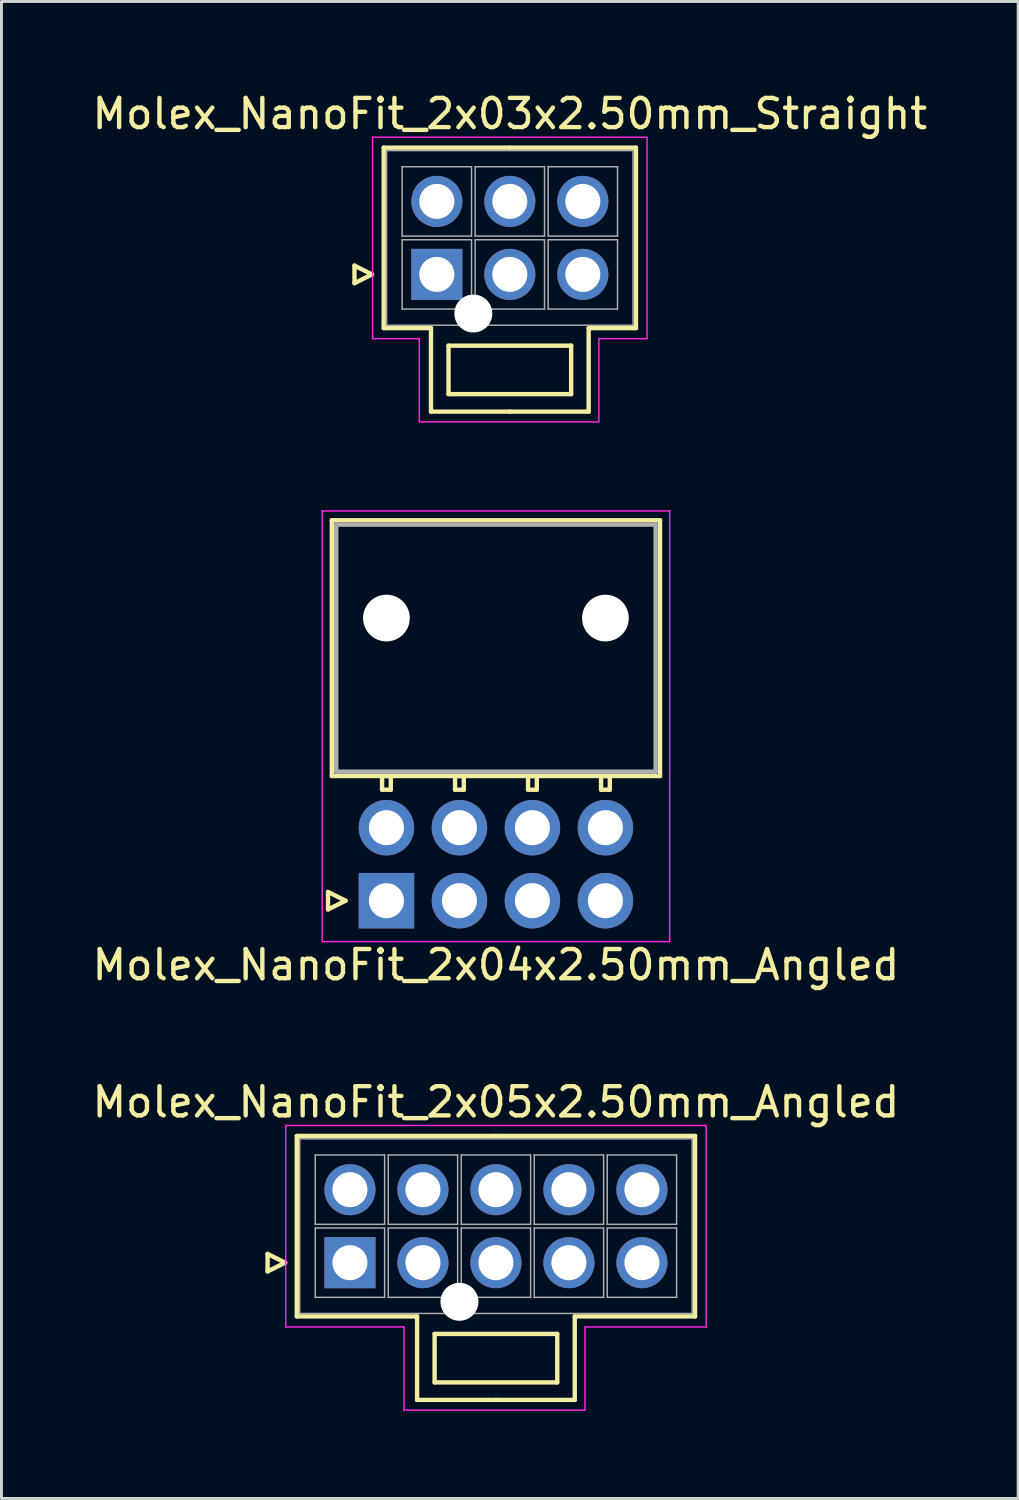
<source format=kicad_pcb>
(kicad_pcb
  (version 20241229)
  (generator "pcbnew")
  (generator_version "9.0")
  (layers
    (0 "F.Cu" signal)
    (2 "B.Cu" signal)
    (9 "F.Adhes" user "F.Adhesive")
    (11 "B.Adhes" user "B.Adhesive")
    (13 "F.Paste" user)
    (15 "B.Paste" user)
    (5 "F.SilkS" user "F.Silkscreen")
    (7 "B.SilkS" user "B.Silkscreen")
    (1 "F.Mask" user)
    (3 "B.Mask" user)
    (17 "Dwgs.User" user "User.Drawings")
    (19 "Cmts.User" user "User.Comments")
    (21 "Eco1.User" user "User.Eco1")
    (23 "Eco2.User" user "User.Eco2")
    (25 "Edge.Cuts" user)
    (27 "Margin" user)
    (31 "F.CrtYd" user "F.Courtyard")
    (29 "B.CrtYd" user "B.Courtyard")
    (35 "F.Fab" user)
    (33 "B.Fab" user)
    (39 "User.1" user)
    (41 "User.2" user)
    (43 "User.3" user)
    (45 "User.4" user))
  (footprint "Molex_NanoFit_2x03x2.50mm_Straight"
    (layer "F.Cu")
    (at 11.911 6.348)
    (property "Reference" "Molex_NanoFit_2x03x2.50mm_Straight" (at 2.5 -5.5 0) (layer "F.SilkS") (effects (font (size 1 1) (thickness 0.15))))
    (attr through_hole)
    (fp_line (start -2.82 -0.3) (end -2.22 0) (stroke (width 0.15) (type solid)) (layer "F.SilkS"))
    (fp_line (start -2.82 0.3) (end -2.82 -0.3) (stroke (width 0.15) (type solid)) (layer "F.SilkS"))
    (fp_line (start -2.22 0) (end -2.82 0.3) (stroke (width 0.15) (type solid)) (layer "F.SilkS"))
    (fp_line (start -1.82 -4.34) (end -1.82 1.84) (stroke (width 0.15) (type solid)) (layer "F.SilkS"))
    (fp_line (start -1.82 1.84) (end -0.2 1.84) (stroke (width 0.15) (type solid)) (layer "F.SilkS"))
    (fp_line (start -0.2 1.84) (end -0.2 4.7) (stroke (width 0.15) (type solid)) (layer "F.SilkS"))
    (fp_line (start -0.2 4.7) (end 2.5 4.7) (stroke (width 0.15) (type solid)) (layer "F.SilkS"))
    (fp_line (start 0.4 2.44) (end 0.4 4.1) (stroke (width 0.15) (type solid)) (layer "F.SilkS"))
    (fp_line (start 0.4 4.1) (end 4.6 4.1) (stroke (width 0.15) (type solid)) (layer "F.SilkS"))
    (fp_line (start 2.5 -4.34) (end -1.82 -4.34) (stroke (width 0.15) (type solid)) (layer "F.SilkS"))
    (fp_line (start 2.5 -4.34) (end 6.82 -4.34) (stroke (width 0.15) (type solid)) (layer "F.SilkS"))
    (fp_line (start 4.6 2.44) (end 0.4 2.44) (stroke (width 0.15) (type solid)) (layer "F.SilkS"))
    (fp_line (start 4.6 4.1) (end 4.6 2.44) (stroke (width 0.15) (type solid)) (layer "F.SilkS"))
    (fp_line (start 5.2 1.84) (end 5.2 4.7) (stroke (width 0.15) (type solid)) (layer "F.SilkS"))
    (fp_line (start 5.2 4.7) (end 2.5 4.7) (stroke (width 0.15) (type solid)) (layer "F.SilkS"))
    (fp_line (start 6.82 -4.34) (end 6.82 1.84) (stroke (width 0.15) (type solid)) (layer "F.SilkS"))
    (fp_line (start 6.82 1.84) (end 5.2 1.84) (stroke (width 0.15) (type solid)) (layer "F.SilkS"))
    (fp_line (start -2.2 -4.7) (end -2.2 2.2) (stroke (width 0.05) (type solid)) (layer "F.CrtYd"))
    (fp_line (start -2.2 2.2) (end -0.6 2.2) (stroke (width 0.05) (type solid)) (layer "F.CrtYd"))
    (fp_line (start -0.6 2.2) (end -0.6 5.05) (stroke (width 0.05) (type solid)) (layer "F.CrtYd"))
    (fp_line (start -0.6 5.05) (end 5.55 5.05) (stroke (width 0.05) (type solid)) (layer "F.CrtYd"))
    (fp_line (start 5.55 2.2) (end 7.2 2.2) (stroke (width 0.05) (type solid)) (layer "F.CrtYd"))
    (fp_line (start 5.55 5.05) (end 5.55 2.2) (stroke (width 0.05) (type solid)) (layer "F.CrtYd"))
    (fp_line (start 7.2 -4.7) (end -2.2 -4.7) (stroke (width 0.05) (type solid)) (layer "F.CrtYd"))
    (fp_line (start 7.2 2.2) (end 7.2 -4.7) (stroke (width 0.05) (type solid)) (layer "F.CrtYd"))
    (fp_line (start -1.72 -4.24) (end -1.72 1.74) (stroke (width 0.05) (type solid)) (layer "F.Fab"))
    (fp_line (start -1.72 1.74) (end 6.72 1.74) (stroke (width 0.05) (type solid)) (layer "F.Fab"))
    (fp_line (start -1.188 -3.688) (end -1.188 -1.312) (stroke (width 0.05) (type solid)) (layer "F.Fab"))
    (fp_line (start -1.188 -1.312) (end 1.188 -1.312) (stroke (width 0.05) (type solid)) (layer "F.Fab"))
    (fp_line (start -1.188 -1.188) (end -1.188 1.188) (stroke (width 0.05) (type solid)) (layer "F.Fab"))
    (fp_line (start -1.188 1.188) (end 1.188 1.188) (stroke (width 0.05) (type solid)) (layer "F.Fab"))
    (fp_line (start 1.188 -3.688) (end -1.188 -3.688) (stroke (width 0.05) (type solid)) (layer "F.Fab"))
    (fp_line (start 1.188 -1.312) (end 1.188 -3.688) (stroke (width 0.05) (type solid)) (layer "F.Fab"))
    (fp_line (start 1.188 -1.188) (end -1.188 -1.188) (stroke (width 0.05) (type solid)) (layer "F.Fab"))
    (fp_line (start 1.188 1.188) (end 1.188 -1.188) (stroke (width 0.05) (type solid)) (layer "F.Fab"))
    (fp_line (start 1.312 -3.688) (end 1.312 -1.312) (stroke (width 0.05) (type solid)) (layer "F.Fab"))
    (fp_line (start 1.312 -1.312) (end 3.688 -1.312) (stroke (width 0.05) (type solid)) (layer "F.Fab"))
    (fp_line (start 1.312 -1.188) (end 1.312 1.188) (stroke (width 0.05) (type solid)) (layer "F.Fab"))
    (fp_line (start 1.312 1.188) (end 3.688 1.188) (stroke (width 0.05) (type solid)) (layer "F.Fab"))
    (fp_line (start 3.688 -3.688) (end 1.312 -3.688) (stroke (width 0.05) (type solid)) (layer "F.Fab"))
    (fp_line (start 3.688 -1.312) (end 3.688 -3.688) (stroke (width 0.05) (type solid)) (layer "F.Fab"))
    (fp_line (start 3.688 -1.188) (end 1.312 -1.188) (stroke (width 0.05) (type solid)) (layer "F.Fab"))
    (fp_line (start 3.688 1.188) (end 3.688 -1.188) (stroke (width 0.05) (type solid)) (layer "F.Fab"))
    (fp_line (start 3.812 -3.688) (end 3.812 -1.312) (stroke (width 0.05) (type solid)) (layer "F.Fab"))
    (fp_line (start 3.812 -1.312) (end 6.188 -1.312) (stroke (width 0.05) (type solid)) (layer "F.Fab"))
    (fp_line (start 3.812 -1.188) (end 3.812 1.188) (stroke (width 0.05) (type solid)) (layer "F.Fab"))
    (fp_line (start 3.812 1.188) (end 6.188 1.188) (stroke (width 0.05) (type solid)) (layer "F.Fab"))
    (fp_line (start 6.188 -3.688) (end 3.812 -3.688) (stroke (width 0.05) (type solid)) (layer "F.Fab"))
    (fp_line (start 6.188 -1.312) (end 6.188 -3.688) (stroke (width 0.05) (type solid)) (layer "F.Fab"))
    (fp_line (start 6.188 -1.188) (end 3.812 -1.188) (stroke (width 0.05) (type solid)) (layer "F.Fab"))
    (fp_line (start 6.188 1.188) (end 6.188 -1.188) (stroke (width 0.05) (type solid)) (layer "F.Fab"))
    (fp_line (start 6.72 -4.24) (end -1.72 -4.24) (stroke (width 0.05) (type solid)) (layer "F.Fab"))
    (fp_line (start 6.72 1.74) (end 6.72 -4.24) (stroke (width 0.05) (type solid)) (layer "F.Fab"))
    (pad "" np_thru_hole circle (at 1.25 1.34) (size 1.3 1.3) (drill 1.3) (layers "*.Cu"))
    (pad "1" thru_hole rect (at 0 0) (size 1.75 1.75) (drill 1.2) (layers "*.Cu" "*.Mask"))
    (pad "2" thru_hole circle (at 2.5 0) (size 1.75 1.75) (drill 1.2) (layers "*.Cu" "*.Mask"))
    (pad "3" thru_hole circle (at 5 0) (size 1.75 1.75) (drill 1.2) (layers "*.Cu" "*.Mask"))
    (pad "4" thru_hole circle (at 0 -2.5) (size 1.75 1.75) (drill 1.2) (layers "*.Cu" "*.Mask"))
    (pad "5" thru_hole circle (at 2.5 -2.5) (size 1.75 1.75) (drill 1.2) (layers "*.Cu" "*.Mask"))
    (pad "6" thru_hole circle (at 5 -2.5) (size 1.75 1.75) (drill 1.2) (layers "*.Cu" "*.Mask")))
  (footprint "Molex_NanoFit_2x04x2.50mm_Angled"
    (layer "F.Cu")
    (at 10.185 27.798)
    (property "Reference" "Molex_NanoFit_2x04x2.50mm_Angled" (at 3.75 2.2 0) (layer "F.SilkS") (effects (font (size 1 1) (thickness 0.15))))
    (attr through_hole)
    (fp_line (start -2 -0.3) (end -1.4 0) (stroke (width 0.15) (type solid)) (layer "F.SilkS"))
    (fp_line (start -2 0.3) (end -2 -0.3) (stroke (width 0.15) (type solid)) (layer "F.SilkS"))
    (fp_line (start -1.87 -13.03) (end -1.87 -4.27) (stroke (width 0.15) (type solid)) (layer "F.SilkS"))
    (fp_line (start -1.87 -4.27) (end 9.37 -4.27) (stroke (width 0.15) (type solid)) (layer "F.SilkS"))
    (fp_line (start -1.4 0) (end -2 0.3) (stroke (width 0.15) (type solid)) (layer "F.SilkS"))
    (fp_line (start -0.15 -4.27) (end -0.15 -3.8) (stroke (width 0.15) (type solid)) (layer "F.SilkS"))
    (fp_line (start -0.15 -3.8) (end 0.15 -3.8) (stroke (width 0.15) (type solid)) (layer "F.SilkS"))
    (fp_line (start 0.15 -4.27) (end -0.15 -4.27) (stroke (width 0.15) (type solid)) (layer "F.SilkS"))
    (fp_line (start 0.15 -3.8) (end 0.15 -4.27) (stroke (width 0.15) (type solid)) (layer "F.SilkS"))
    (fp_line (start 2.35 -4.27) (end 2.35 -3.8) (stroke (width 0.15) (type solid)) (layer "F.SilkS"))
    (fp_line (start 2.35 -3.8) (end 2.65 -3.8) (stroke (width 0.15) (type solid)) (layer "F.SilkS"))
    (fp_line (start 2.65 -4.27) (end 2.35 -4.27) (stroke (width 0.15) (type solid)) (layer "F.SilkS"))
    (fp_line (start 2.65 -3.8) (end 2.65 -4.27) (stroke (width 0.15) (type solid)) (layer "F.SilkS"))
    (fp_line (start 4.85 -4.27) (end 4.85 -3.8) (stroke (width 0.15) (type solid)) (layer "F.SilkS"))
    (fp_line (start 4.85 -3.8) (end 5.15 -3.8) (stroke (width 0.15) (type solid)) (layer "F.SilkS"))
    (fp_line (start 5.15 -4.27) (end 4.85 -4.27) (stroke (width 0.15) (type solid)) (layer "F.SilkS"))
    (fp_line (start 5.15 -3.8) (end 5.15 -4.27) (stroke (width 0.15) (type solid)) (layer "F.SilkS"))
    (fp_line (start 7.35 -4.27) (end 7.35 -3.8) (stroke (width 0.15) (type solid)) (layer "F.SilkS"))
    (fp_line (start 7.35 -3.8) (end 7.65 -3.8) (stroke (width 0.15) (type solid)) (layer "F.SilkS"))
    (fp_line (start 7.65 -4.27) (end 7.35 -4.27) (stroke (width 0.15) (type solid)) (layer "F.SilkS"))
    (fp_line (start 7.65 -3.8) (end 7.65 -4.27) (stroke (width 0.15) (type solid)) (layer "F.SilkS"))
    (fp_line (start 9.37 -13.03) (end -1.87 -13.03) (stroke (width 0.15) (type solid)) (layer "F.SilkS"))
    (fp_line (start 9.37 -4.27) (end 9.37 -13.03) (stroke (width 0.15) (type solid)) (layer "F.SilkS"))
    (fp_line (start -2.2 -13.35) (end -2.2 1.4) (stroke (width 0.05) (type solid)) (layer "F.CrtYd"))
    (fp_line (start -2.2 1.4) (end 9.7 1.4) (stroke (width 0.05) (type solid)) (layer "F.CrtYd"))
    (fp_line (start 9.7 -13.35) (end -2.2 -13.35) (stroke (width 0.05) (type solid)) (layer "F.CrtYd"))
    (fp_line (start 9.7 1.4) (end 9.7 -13.35) (stroke (width 0.05) (type solid)) (layer "F.CrtYd"))
    (fp_line (start -1.72 -12.88) (end -1.72 -4.42) (stroke (width 0.15) (type solid)) (layer "F.Fab"))
    (fp_line (start -1.72 -4.42) (end 9.22 -4.42) (stroke (width 0.15) (type solid)) (layer "F.Fab"))
    (fp_line (start 9.22 -12.88) (end -1.72 -12.88) (stroke (width 0.15) (type solid)) (layer "F.Fab"))
    (fp_line (start 9.22 -4.42) (end 9.22 -12.88) (stroke (width 0.15) (type solid)) (layer "F.Fab"))
    (pad "" np_thru_hole circle (at 0 -9.68) (size 1.6 1.6) (drill 1.6) (layers "*.Cu"))
    (pad "" np_thru_hole circle (at 7.5 -9.68) (size 1.6 1.6) (drill 1.6) (layers "*.Cu"))
    (pad "1" thru_hole rect (at 0 0) (size 1.9 1.9) (drill 1.2) (layers "*.Cu" "*.Mask"))
    (pad "2" thru_hole circle (at 2.5 0) (size 1.9 1.9) (drill 1.2) (layers "*.Cu" "*.Mask"))
    (pad "3" thru_hole circle (at 5 0) (size 1.9 1.9) (drill 1.2) (layers "*.Cu" "*.Mask"))
    (pad "4" thru_hole circle (at 7.5 0) (size 1.9 1.9) (drill 1.2) (layers "*.Cu" "*.Mask"))
    (pad "5" thru_hole circle (at 0 -2.5) (size 1.9 1.9) (drill 1.2) (layers "*.Cu" "*.Mask"))
    (pad "6" thru_hole circle (at 2.5 -2.5) (size 1.9 1.9) (drill 1.2) (layers "*.Cu" "*.Mask"))
    (pad "7" thru_hole circle (at 5 -2.5) (size 1.9 1.9) (drill 1.2) (layers "*.Cu" "*.Mask"))
    (pad "8" thru_hole circle (at 7.5 -2.5) (size 1.9 1.9) (drill 1.2) (layers "*.Cu" "*.Mask")))
  (footprint "Molex_NanoFit_2x05x2.50mm_Angled"
    (layer "F.Cu")
    (at 8.935 40.195)
    (property "Reference" "Molex_NanoFit_2x05x2.50mm_Angled" (at 5 -5.5 0) (layer "F.SilkS") (effects (font (size 1 1) (thickness 0.15))))
    (attr through_hole)
    (fp_line (start -2.82 -0.3) (end -2.22 0) (stroke (width 0.15) (type solid)) (layer "F.SilkS"))
    (fp_line (start -2.82 0.3) (end -2.82 -0.3) (stroke (width 0.15) (type solid)) (layer "F.SilkS"))
    (fp_line (start -2.22 0) (end -2.82 0.3) (stroke (width 0.15) (type solid)) (layer "F.SilkS"))
    (fp_line (start -1.82 -4.34) (end -1.82 1.84) (stroke (width 0.15) (type solid)) (layer "F.SilkS"))
    (fp_line (start -1.82 1.84) (end 2.3 1.84) (stroke (width 0.15) (type solid)) (layer "F.SilkS"))
    (fp_line (start 2.3 1.84) (end 2.3 4.7) (stroke (width 0.15) (type solid)) (layer "F.SilkS"))
    (fp_line (start 2.3 4.7) (end 5 4.7) (stroke (width 0.15) (type solid)) (layer "F.SilkS"))
    (fp_line (start 2.9 2.44) (end 2.9 4.1) (stroke (width 0.15) (type solid)) (layer "F.SilkS"))
    (fp_line (start 2.9 4.1) (end 7.1 4.1) (stroke (width 0.15) (type solid)) (layer "F.SilkS"))
    (fp_line (start 5 -4.34) (end -1.82 -4.34) (stroke (width 0.15) (type solid)) (layer "F.SilkS"))
    (fp_line (start 5 -4.34) (end 11.82 -4.34) (stroke (width 0.15) (type solid)) (layer "F.SilkS"))
    (fp_line (start 7.1 2.44) (end 2.9 2.44) (stroke (width 0.15) (type solid)) (layer "F.SilkS"))
    (fp_line (start 7.1 4.1) (end 7.1 2.44) (stroke (width 0.15) (type solid)) (layer "F.SilkS"))
    (fp_line (start 7.7 1.84) (end 7.7 4.7) (stroke (width 0.15) (type solid)) (layer "F.SilkS"))
    (fp_line (start 7.7 4.7) (end 5 4.7) (stroke (width 0.15) (type solid)) (layer "F.SilkS"))
    (fp_line (start 11.82 -4.34) (end 11.82 1.84) (stroke (width 0.15) (type solid)) (layer "F.SilkS"))
    (fp_line (start 11.82 1.84) (end 7.7 1.84) (stroke (width 0.15) (type solid)) (layer "F.SilkS"))
    (fp_line (start -2.2 -4.7) (end -2.2 2.2) (stroke (width 0.05) (type solid)) (layer "F.CrtYd"))
    (fp_line (start -2.2 2.2) (end 1.85 2.2) (stroke (width 0.05) (type solid)) (layer "F.CrtYd"))
    (fp_line (start 1.85 2.2) (end 1.85 5.05) (stroke (width 0.05) (type solid)) (layer "F.CrtYd"))
    (fp_line (start 1.85 5.05) (end 8.05 5.05) (stroke (width 0.05) (type solid)) (layer "F.CrtYd"))
    (fp_line (start 8.05 2.2) (end 12.2 2.2) (stroke (width 0.05) (type solid)) (layer "F.CrtYd"))
    (fp_line (start 8.05 5.05) (end 8.05 2.2) (stroke (width 0.05) (type solid)) (layer "F.CrtYd"))
    (fp_line (start 12.2 -4.7) (end -2.2 -4.7) (stroke (width 0.05) (type solid)) (layer "F.CrtYd"))
    (fp_line (start 12.2 2.2) (end 12.2 -4.7) (stroke (width 0.05) (type solid)) (layer "F.CrtYd"))
    (fp_line (start -1.72 -4.24) (end -1.72 1.74) (stroke (width 0.05) (type solid)) (layer "F.Fab"))
    (fp_line (start -1.72 1.74) (end 11.72 1.74) (stroke (width 0.05) (type solid)) (layer "F.Fab"))
    (fp_line (start -1.188 -3.688) (end -1.188 -1.312) (stroke (width 0.05) (type solid)) (layer "F.Fab"))
    (fp_line (start -1.188 -1.312) (end 1.188 -1.312) (stroke (width 0.05) (type solid)) (layer "F.Fab"))
    (fp_line (start -1.188 -1.188) (end -1.188 1.188) (stroke (width 0.05) (type solid)) (layer "F.Fab"))
    (fp_line (start -1.188 1.188) (end 1.188 1.188) (stroke (width 0.05) (type solid)) (layer "F.Fab"))
    (fp_line (start 1.188 -3.688) (end -1.188 -3.688) (stroke (width 0.05) (type solid)) (layer "F.Fab"))
    (fp_line (start 1.188 -1.312) (end 1.188 -3.688) (stroke (width 0.05) (type solid)) (layer "F.Fab"))
    (fp_line (start 1.188 -1.188) (end -1.188 -1.188) (stroke (width 0.05) (type solid)) (layer "F.Fab"))
    (fp_line (start 1.188 1.188) (end 1.188 -1.188) (stroke (width 0.05) (type solid)) (layer "F.Fab"))
    (fp_line (start 1.312 -3.688) (end 1.312 -1.312) (stroke (width 0.05) (type solid)) (layer "F.Fab"))
    (fp_line (start 1.312 -1.312) (end 3.688 -1.312) (stroke (width 0.05) (type solid)) (layer "F.Fab"))
    (fp_line (start 1.312 -1.188) (end 1.312 1.188) (stroke (width 0.05) (type solid)) (layer "F.Fab"))
    (fp_line (start 1.312 1.188) (end 3.688 1.188) (stroke (width 0.05) (type solid)) (layer "F.Fab"))
    (fp_line (start 3.688 -3.688) (end 1.312 -3.688) (stroke (width 0.05) (type solid)) (layer "F.Fab"))
    (fp_line (start 3.688 -1.312) (end 3.688 -3.688) (stroke (width 0.05) (type solid)) (layer "F.Fab"))
    (fp_line (start 3.688 -1.188) (end 1.312 -1.188) (stroke (width 0.05) (type solid)) (layer "F.Fab"))
    (fp_line (start 3.688 1.188) (end 3.688 -1.188) (stroke (width 0.05) (type solid)) (layer "F.Fab"))
    (fp_line (start 3.812 -3.688) (end 3.812 -1.312) (stroke (width 0.05) (type solid)) (layer "F.Fab"))
    (fp_line (start 3.812 -1.312) (end 6.188 -1.312) (stroke (width 0.05) (type solid)) (layer "F.Fab"))
    (fp_line (start 3.812 -1.188) (end 3.812 1.188) (stroke (width 0.05) (type solid)) (layer "F.Fab"))
    (fp_line (start 3.812 1.188) (end 6.188 1.188) (stroke (width 0.05) (type solid)) (layer "F.Fab"))
    (fp_line (start 6.188 -3.688) (end 3.812 -3.688) (stroke (width 0.05) (type solid)) (layer "F.Fab"))
    (fp_line (start 6.188 -1.312) (end 6.188 -3.688) (stroke (width 0.05) (type solid)) (layer "F.Fab"))
    (fp_line (start 6.188 -1.188) (end 3.812 -1.188) (stroke (width 0.05) (type solid)) (layer "F.Fab"))
    (fp_line (start 6.188 1.188) (end 6.188 -1.188) (stroke (width 0.05) (type solid)) (layer "F.Fab"))
    (fp_line (start 6.312 -3.688) (end 6.312 -1.312) (stroke (width 0.05) (type solid)) (layer "F.Fab"))
    (fp_line (start 6.312 -1.312) (end 8.688 -1.312) (stroke (width 0.05) (type solid)) (layer "F.Fab"))
    (fp_line (start 6.312 -1.188) (end 6.312 1.188) (stroke (width 0.05) (type solid)) (layer "F.Fab"))
    (fp_line (start 6.312 1.188) (end 8.688 1.188) (stroke (width 0.05) (type solid)) (layer "F.Fab"))
    (fp_line (start 8.688 -3.688) (end 6.312 -3.688) (stroke (width 0.05) (type solid)) (layer "F.Fab"))
    (fp_line (start 8.688 -1.312) (end 8.688 -3.688) (stroke (width 0.05) (type solid)) (layer "F.Fab"))
    (fp_line (start 8.688 -1.188) (end 6.312 -1.188) (stroke (width 0.05) (type solid)) (layer "F.Fab"))
    (fp_line (start 8.688 1.188) (end 8.688 -1.188) (stroke (width 0.05) (type solid)) (layer "F.Fab"))
    (fp_line (start 8.812 -3.688) (end 8.812 -1.312) (stroke (width 0.05) (type solid)) (layer "F.Fab"))
    (fp_line (start 8.812 -1.312) (end 11.188 -1.312) (stroke (width 0.05) (type solid)) (layer "F.Fab"))
    (fp_line (start 8.812 -1.188) (end 8.812 1.188) (stroke (width 0.05) (type solid)) (layer "F.Fab"))
    (fp_line (start 8.812 1.188) (end 11.188 1.188) (stroke (width 0.05) (type solid)) (layer "F.Fab"))
    (fp_line (start 11.188 -3.688) (end 8.812 -3.688) (stroke (width 0.05) (type solid)) (layer "F.Fab"))
    (fp_line (start 11.188 -1.312) (end 11.188 -3.688) (stroke (width 0.05) (type solid)) (layer "F.Fab"))
    (fp_line (start 11.188 -1.188) (end 8.812 -1.188) (stroke (width 0.05) (type solid)) (layer "F.Fab"))
    (fp_line (start 11.188 1.188) (end 11.188 -1.188) (stroke (width 0.05) (type solid)) (layer "F.Fab"))
    (fp_line (start 11.72 -4.24) (end -1.72 -4.24) (stroke (width 0.05) (type solid)) (layer "F.Fab"))
    (fp_line (start 11.72 1.74) (end 11.72 -4.24) (stroke (width 0.05) (type solid)) (layer "F.Fab"))
    (pad "" np_thru_hole circle (at 3.75 1.34) (size 1.3 1.3) (drill 1.3) (layers "*.Cu"))
    (pad "1" thru_hole rect (at 0 0) (size 1.75 1.75) (drill 1.2) (layers "*.Cu" "*.Mask"))
    (pad "2" thru_hole circle (at 2.5 0) (size 1.75 1.75) (drill 1.2) (layers "*.Cu" "*.Mask"))
    (pad "3" thru_hole circle (at 5 0) (size 1.75 1.75) (drill 1.2) (layers "*.Cu" "*.Mask"))
    (pad "4" thru_hole circle (at 7.5 0) (size 1.75 1.75) (drill 1.2) (layers "*.Cu" "*.Mask"))
    (pad "5" thru_hole circle (at 10 0) (size 1.75 1.75) (drill 1.2) (layers "*.Cu" "*.Mask"))
    (pad "6" thru_hole circle (at 0 -2.5) (size 1.75 1.75) (drill 1.2) (layers "*.Cu" "*.Mask"))
    (pad "7" thru_hole circle (at 2.5 -2.5) (size 1.75 1.75) (drill 1.2) (layers "*.Cu" "*.Mask"))
    (pad "8" thru_hole circle (at 5 -2.5) (size 1.75 1.75) (drill 1.2) (layers "*.Cu" "*.Mask"))
    (pad "9" thru_hole circle (at 7.5 -2.5) (size 1.75 1.75) (drill 1.2) (layers "*.Cu" "*.Mask"))
    (pad "10" thru_hole circle (at 10 -2.5) (size 1.75 1.75) (drill 1.2) (layers "*.Cu" "*.Mask")))
  (gr_rect
    (start -3 -3)
    (end 31.821 48.27)
    (stroke (width 0.1) (type default))
    (fill no)
    (layer "Edge.Cuts")))
</source>
